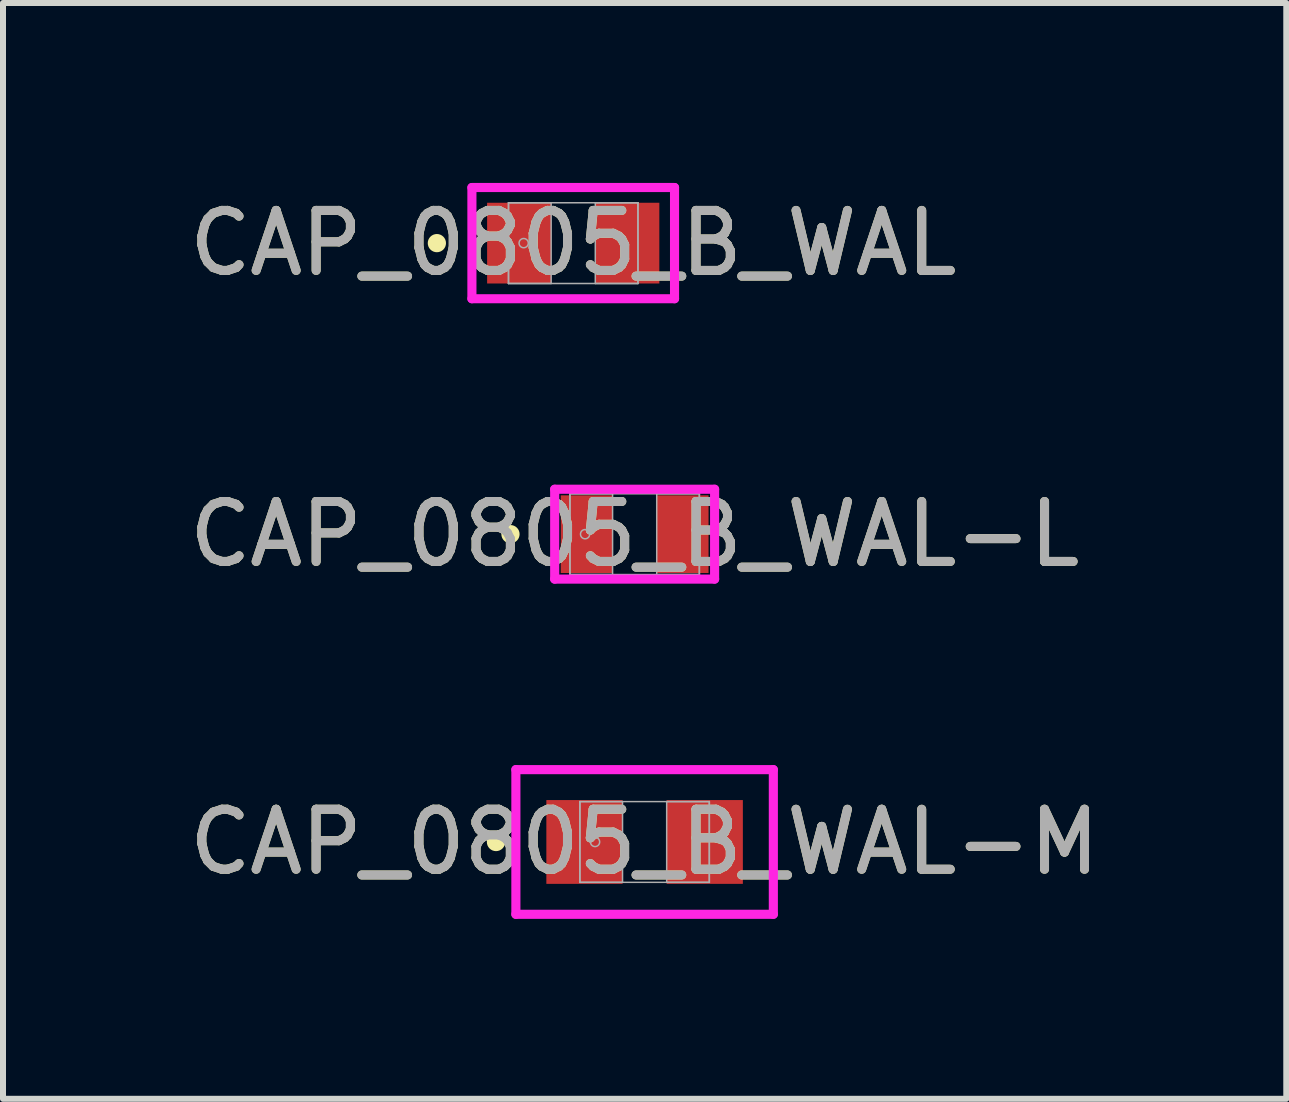
<source format=kicad_pcb>
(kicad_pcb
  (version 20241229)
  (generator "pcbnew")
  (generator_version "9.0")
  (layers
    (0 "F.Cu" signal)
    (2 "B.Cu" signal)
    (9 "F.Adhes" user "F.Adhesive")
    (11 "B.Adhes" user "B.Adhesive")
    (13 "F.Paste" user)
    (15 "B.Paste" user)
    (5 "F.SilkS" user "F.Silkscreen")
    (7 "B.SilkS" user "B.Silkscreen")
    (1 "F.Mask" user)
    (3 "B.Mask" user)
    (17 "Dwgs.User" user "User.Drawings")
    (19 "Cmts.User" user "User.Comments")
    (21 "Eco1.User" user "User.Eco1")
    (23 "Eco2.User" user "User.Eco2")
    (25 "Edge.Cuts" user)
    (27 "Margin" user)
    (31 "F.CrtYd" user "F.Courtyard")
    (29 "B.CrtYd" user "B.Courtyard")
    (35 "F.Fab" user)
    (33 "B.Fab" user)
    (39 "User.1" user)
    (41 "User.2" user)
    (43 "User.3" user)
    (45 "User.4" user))
  (footprint "CAP_0805_B_WAL-L"
    (layer "F.Cu")
    (at 7.53 5.855)
    (property "Reference" "CAP_0805_B_WAL-L" (at 0 0 0) (unlocked yes) (layer "F.SilkS") (effects (font (size 1 1) (thickness 0.15))))
    (attr smd)
    (fp_circle (center -2.07 0) (end -1.994 0) (stroke (width 0.152) (type solid)) (fill no) (layer "F.SilkS"))
    (fp_line (start -1.333 -0.749) (end 1.333 -0.749) (stroke (width 0.152) (type solid)) (layer "F.CrtYd"))
    (fp_line (start -1.333 0.749) (end -1.333 -0.749) (stroke (width 0.152) (type solid)) (layer "F.CrtYd"))
    (fp_line (start 1.333 -0.749) (end 1.333 0.749) (stroke (width 0.152) (type solid)) (layer "F.CrtYd"))
    (fp_line (start 1.333 0.749) (end -1.333 0.749) (stroke (width 0.152) (type solid)) (layer "F.CrtYd"))
    (fp_line (start -1.079 -0.673) (end -1.079 0.673) (stroke (width 0.025) (type solid)) (layer "F.Fab"))
    (fp_line (start -1.079 -0.673) (end -1.079 0.673) (stroke (width 0.025) (type solid)) (layer "F.Fab"))
    (fp_line (start -1.079 0.673) (end -0.368 0.673) (stroke (width 0.025) (type solid)) (layer "F.Fab"))
    (fp_line (start -1.079 0.673) (end 1.079 0.673) (stroke (width 0.025) (type solid)) (layer "F.Fab"))
    (fp_line (start -0.368 -0.673) (end -1.079 -0.673) (stroke (width 0.025) (type solid)) (layer "F.Fab"))
    (fp_line (start -0.368 0.673) (end -0.368 -0.673) (stroke (width 0.025) (type solid)) (layer "F.Fab"))
    (fp_line (start 0.368 -0.673) (end 0.368 0.673) (stroke (width 0.025) (type solid)) (layer "F.Fab"))
    (fp_line (start 0.368 0.673) (end 1.079 0.673) (stroke (width 0.025) (type solid)) (layer "F.Fab"))
    (fp_line (start 1.079 -0.673) (end -1.079 -0.673) (stroke (width 0.025) (type solid)) (layer "F.Fab"))
    (fp_line (start 1.079 -0.673) (end 0.368 -0.673) (stroke (width 0.025) (type solid)) (layer "F.Fab"))
    (fp_line (start 1.079 0.673) (end 1.079 -0.673) (stroke (width 0.025) (type solid)) (layer "F.Fab"))
    (fp_line (start 1.079 0.673) (end 1.079 -0.673) (stroke (width 0.025) (type solid)) (layer "F.Fab"))
    (fp_circle (center -0.826 0) (end -0.749 0) (stroke (width 0.025) (type solid)) (fill no) (layer "F.Fab"))
    (fp_text user "${REFERENCE}" (at 0 0 0) (unlocked yes) (layer "F.Fab") (effects (font (size 1 1) (thickness 0.15))))
    (pad "1" smd rect (at -0.8 0) (size 0.864 1.295) (layers "F.Cu" "F.Mask" "F.Paste"))
    (pad "2" smd rect (at 0.8 0) (size 0.864 1.295) (layers "F.Cu" "F.Mask" "F.Paste"))
    (zone (net_name "") (layer "F.Cu") (hatch full 0.508) (connect_pads) (min_thickness 0.254) (filled_areas_thickness no) (keepout (tracks not_allowed) (vias not_allowed) (pads allowed) (copperpour not_allowed) (footprints allowed)) (placement (enabled no)) (fill) (polygon (pts (xy 7.212 5.233) (xy 7.847 5.233) (xy 7.847 6.477) (xy 7.212 6.477)))))
  (footprint "CAP_0805_B_WAL-M"
    (layer "F.Cu")
    (at 7.696 10.986)
    (property "Reference" "CAP_0805_B_WAL-M" (at 0 0 0) (unlocked yes) (layer "F.SilkS") (effects (font (size 1 1) (thickness 0.15))))
    (attr smd)
    (fp_circle (center -2.477 0) (end -2.4 0) (stroke (width 0.152) (type solid)) (fill no) (layer "F.SilkS"))
    (fp_line (start -2.146 -1.206) (end 2.146 -1.206) (stroke (width 0.152) (type solid)) (layer "F.CrtYd"))
    (fp_line (start -2.146 1.206) (end -2.146 -1.206) (stroke (width 0.152) (type solid)) (layer "F.CrtYd"))
    (fp_line (start 2.146 -1.206) (end 2.146 1.206) (stroke (width 0.152) (type solid)) (layer "F.CrtYd"))
    (fp_line (start 2.146 1.206) (end -2.146 1.206) (stroke (width 0.152) (type solid)) (layer "F.CrtYd"))
    (fp_line (start -1.079 -0.673) (end -1.079 0.673) (stroke (width 0.025) (type solid)) (layer "F.Fab"))
    (fp_line (start -1.079 -0.673) (end -1.079 0.673) (stroke (width 0.025) (type solid)) (layer "F.Fab"))
    (fp_line (start -1.079 0.673) (end -0.368 0.673) (stroke (width 0.025) (type solid)) (layer "F.Fab"))
    (fp_line (start -1.079 0.673) (end 1.079 0.673) (stroke (width 0.025) (type solid)) (layer "F.Fab"))
    (fp_line (start -0.368 -0.673) (end -1.079 -0.673) (stroke (width 0.025) (type solid)) (layer "F.Fab"))
    (fp_line (start -0.368 0.673) (end -0.368 -0.673) (stroke (width 0.025) (type solid)) (layer "F.Fab"))
    (fp_line (start 0.368 -0.673) (end 0.368 0.673) (stroke (width 0.025) (type solid)) (layer "F.Fab"))
    (fp_line (start 0.368 0.673) (end 1.079 0.673) (stroke (width 0.025) (type solid)) (layer "F.Fab"))
    (fp_line (start 1.079 -0.673) (end -1.079 -0.673) (stroke (width 0.025) (type solid)) (layer "F.Fab"))
    (fp_line (start 1.079 -0.673) (end 0.368 -0.673) (stroke (width 0.025) (type solid)) (layer "F.Fab"))
    (fp_line (start 1.079 0.673) (end 1.079 -0.673) (stroke (width 0.025) (type solid)) (layer "F.Fab"))
    (fp_line (start 1.079 0.673) (end 1.079 -0.673) (stroke (width 0.025) (type solid)) (layer "F.Fab"))
    (fp_circle (center -0.826 0) (end -0.749 0) (stroke (width 0.025) (type solid)) (fill no) (layer "F.Fab"))
    (fp_text user "${REFERENCE}" (at 0 0 0) (unlocked yes) (layer "F.Fab") (effects (font (size 1 1) (thickness 0.15))))
    (pad "1" smd rect (at -1.003 0) (size 1.27 1.397) (layers "F.Cu" "F.Mask" "F.Paste"))
    (pad "2" smd rect (at 1.003 0) (size 1.27 1.397) (layers "F.Cu" "F.Mask" "F.Paste"))
    (zone (net_name "") (layer "F.Cu") (hatch full 0.508) (connect_pads) (min_thickness 0.254) (filled_areas_thickness no) (keepout (tracks not_allowed) (vias not_allowed) (pads allowed) (copperpour not_allowed) (footprints allowed)) (placement (enabled no)) (fill) (polygon (pts (xy 7.379 10.364) (xy 8.014 10.364) (xy 8.014 11.608) (xy 7.379 11.608)))))
  (footprint "CAP_0805_B_WAL"
    (layer "F.Cu")
    (at 6.506 1.003)
    (property "Reference" "CAP_0805_B_WAL" (at 0 0 0) (unlocked yes) (layer "F.SilkS") (effects (font (size 1 1) (thickness 0.15))))
    (attr smd)
    (fp_circle (center -2.273 0) (end -2.197 0) (stroke (width 0.152) (type solid)) (fill no) (layer "F.SilkS"))
    (fp_line (start -1.689 -0.927) (end 1.689 -0.927) (stroke (width 0.152) (type solid)) (layer "F.CrtYd"))
    (fp_line (start -1.689 0.927) (end -1.689 -0.927) (stroke (width 0.152) (type solid)) (layer "F.CrtYd"))
    (fp_line (start 1.689 -0.927) (end 1.689 0.927) (stroke (width 0.152) (type solid)) (layer "F.CrtYd"))
    (fp_line (start 1.689 0.927) (end -1.689 0.927) (stroke (width 0.152) (type solid)) (layer "F.CrtYd"))
    (fp_line (start -1.079 -0.673) (end -1.079 0.673) (stroke (width 0.025) (type solid)) (layer "F.Fab"))
    (fp_line (start -1.079 -0.673) (end -1.079 0.673) (stroke (width 0.025) (type solid)) (layer "F.Fab"))
    (fp_line (start -1.079 0.673) (end -0.368 0.673) (stroke (width 0.025) (type solid)) (layer "F.Fab"))
    (fp_line (start -1.079 0.673) (end 1.079 0.673) (stroke (width 0.025) (type solid)) (layer "F.Fab"))
    (fp_line (start -0.368 -0.673) (end -1.079 -0.673) (stroke (width 0.025) (type solid)) (layer "F.Fab"))
    (fp_line (start -0.368 0.673) (end -0.368 -0.673) (stroke (width 0.025) (type solid)) (layer "F.Fab"))
    (fp_line (start 0.368 -0.673) (end 0.368 0.673) (stroke (width 0.025) (type solid)) (layer "F.Fab"))
    (fp_line (start 0.368 0.673) (end 1.079 0.673) (stroke (width 0.025) (type solid)) (layer "F.Fab"))
    (fp_line (start 1.079 -0.673) (end -1.079 -0.673) (stroke (width 0.025) (type solid)) (layer "F.Fab"))
    (fp_line (start 1.079 -0.673) (end 0.368 -0.673) (stroke (width 0.025) (type solid)) (layer "F.Fab"))
    (fp_line (start 1.079 0.673) (end 1.079 -0.673) (stroke (width 0.025) (type solid)) (layer "F.Fab"))
    (fp_line (start 1.079 0.673) (end 1.079 -0.673) (stroke (width 0.025) (type solid)) (layer "F.Fab"))
    (fp_circle (center -0.826 0) (end -0.749 0) (stroke (width 0.025) (type solid)) (fill no) (layer "F.Fab"))
    (fp_text user "${REFERENCE}" (at 0 0 0) (unlocked yes) (layer "F.Fab") (effects (font (size 1 1) (thickness 0.15))))
    (pad "1" smd rect (at -0.902 0) (size 1.067 1.346) (layers "F.Cu" "F.Mask" "F.Paste"))
    (pad "2" smd rect (at 0.902 0) (size 1.067 1.346) (layers "F.Cu" "F.Mask" "F.Paste"))
    (zone (net_name "") (layer "F.Cu") (hatch full 0.508) (connect_pads) (min_thickness 0.254) (filled_areas_thickness no) (keepout (tracks not_allowed) (vias not_allowed) (pads allowed) (copperpour not_allowed) (footprints allowed)) (placement (enabled no)) (fill) (polygon (pts (xy 6.188 0.381) (xy 6.823 0.381) (xy 6.823 1.626) (xy 6.188 1.626)))))
  (gr_rect
    (start -3 -3)
    (end 18.393 15.268)
    (stroke (width 0.1) (type default))
    (fill no)
    (layer "Edge.Cuts")))
</source>
